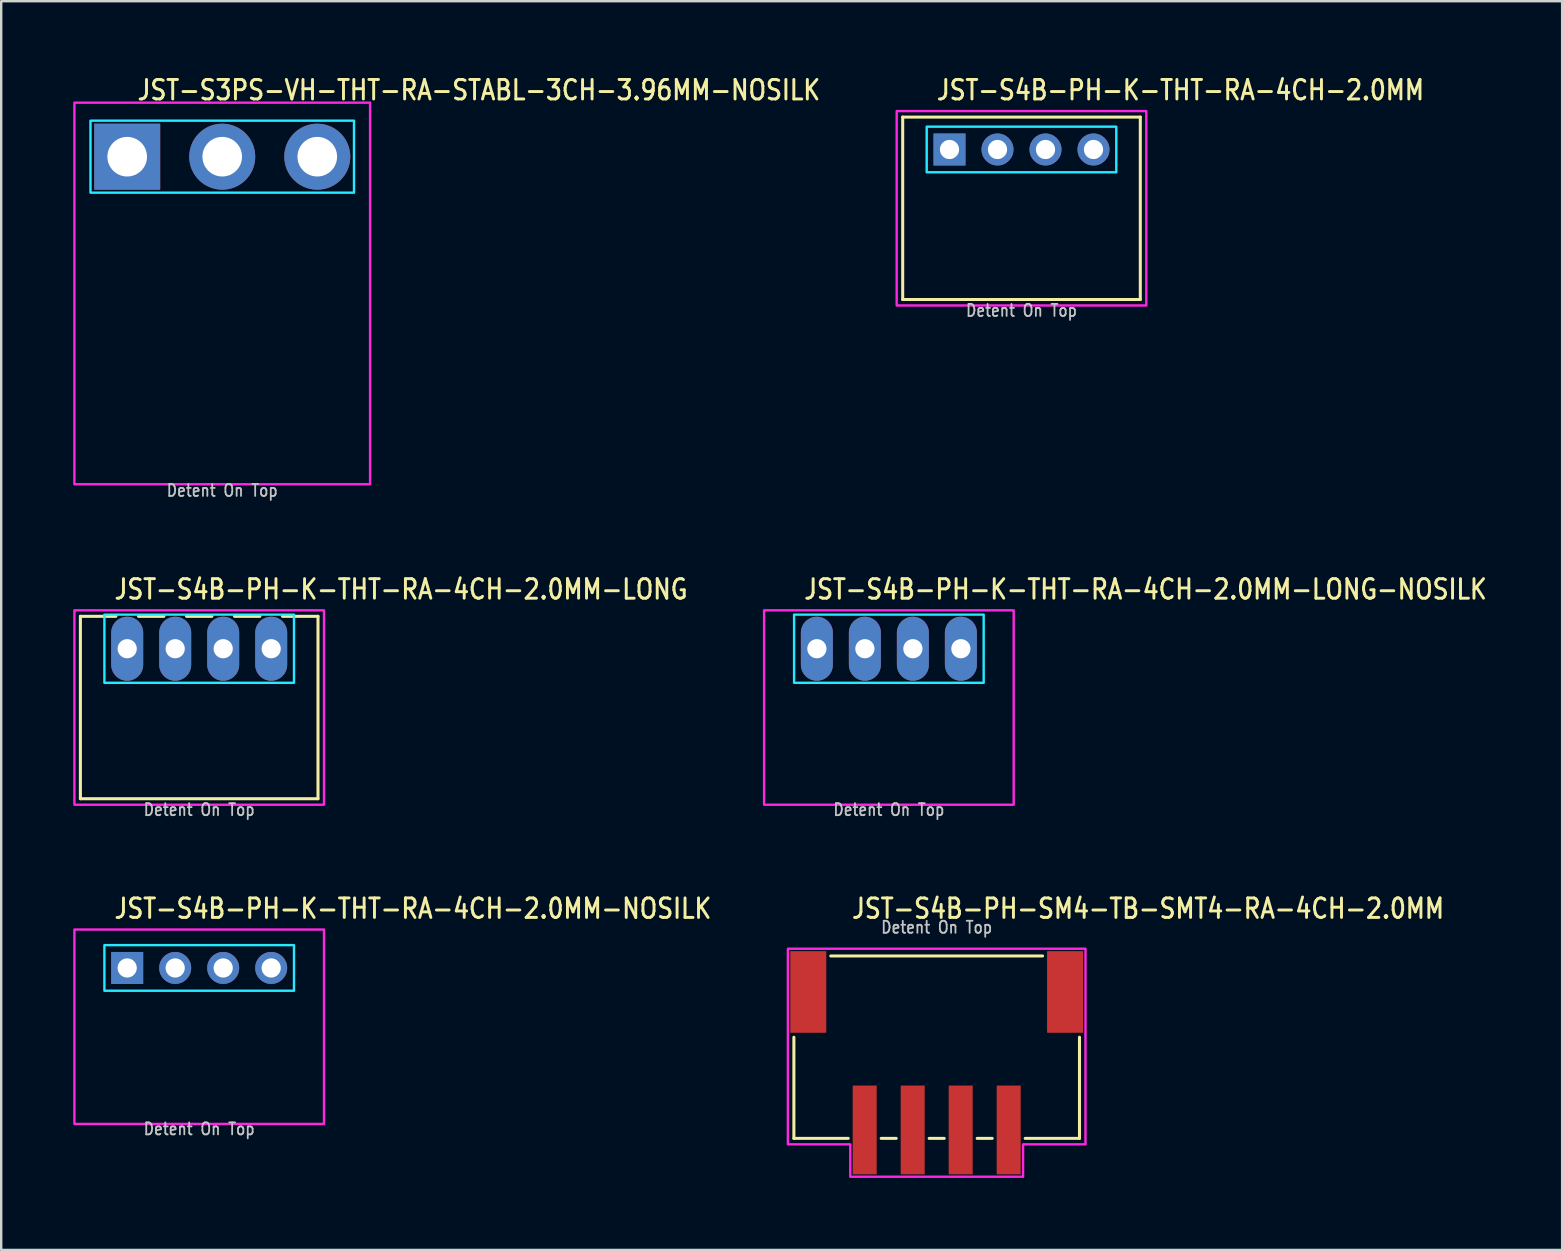
<source format=kicad_pcb>
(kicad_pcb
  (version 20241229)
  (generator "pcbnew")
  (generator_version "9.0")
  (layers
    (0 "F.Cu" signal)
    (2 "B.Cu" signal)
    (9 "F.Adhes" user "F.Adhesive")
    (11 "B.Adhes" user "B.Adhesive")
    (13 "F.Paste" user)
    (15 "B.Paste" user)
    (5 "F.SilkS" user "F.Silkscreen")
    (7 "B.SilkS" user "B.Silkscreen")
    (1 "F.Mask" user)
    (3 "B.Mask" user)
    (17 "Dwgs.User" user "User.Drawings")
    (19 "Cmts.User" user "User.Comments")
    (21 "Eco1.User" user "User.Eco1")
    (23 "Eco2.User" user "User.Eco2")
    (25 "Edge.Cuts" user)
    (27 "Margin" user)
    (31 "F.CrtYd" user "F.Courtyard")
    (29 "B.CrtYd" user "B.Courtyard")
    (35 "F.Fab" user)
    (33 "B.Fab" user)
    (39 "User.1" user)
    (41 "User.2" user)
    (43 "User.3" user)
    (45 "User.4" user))
  (footprint "JST-S4B-PH-K-THT-RA-4CH-2.0MM-LONG-NOSILK"
    (layer "F.Cu")
    (at 33.987 23.98)
    (property "Reference" "JST-S4B-PH-K-THT-RA-4CH-2.0MM-LONG-NOSILK" (at -3.6 -2 0) (unlocked yes) (layer "F.SilkS") (effects (font (size 0.813 0.695) (thickness 0.122)) (justify left bottom)))
    (fp_poly (pts (xy -3.95 -1.42) (xy -3.95 1.42) (xy 3.95 1.42) (xy 3.95 -1.42)) (stroke (width 0.1) (type solid)) (fill no) (layer "B.CrtYd"))
    (fp_poly (pts (xy -5.2 -1.6) (xy -5.2 6.5) (xy 5.2 6.5) (xy 5.2 -1.6)) (stroke (width 0.1) (type solid)) (fill no) (layer "F.CrtYd"))
    (fp_text user "Detent On Top" (at 0 7 0) (unlocked yes) (layer "Dwgs.User") (effects (font (size 0.5 0.427) (thickness 0.075)) (justify bottom)))
    (pad "1" thru_hole oval (at -3 0 90) (size 2.667 1.333) (drill 0.8) (layers "*.Cu" "*.Mask"))
    (pad "2" thru_hole oval (at -1 0 90) (size 2.667 1.333) (drill 0.8) (layers "*.Cu" "*.Mask"))
    (pad "3" thru_hole oval (at 1 0 90) (size 2.667 1.333) (drill 0.8) (layers "*.Cu" "*.Mask"))
    (pad "4" thru_hole oval (at 3 0 90) (size 2.667 1.333) (drill 0.8) (layers "*.Cu" "*.Mask")))
  (footprint "JST-S4B-PH-K-THT-RA-4CH-2.0MM-LONG"
    (layer "F.Cu")
    (at 5.25 23.98)
    (property "Reference" "JST-S4B-PH-K-THT-RA-4CH-2.0MM-LONG" (at -3.6 -2 0) (unlocked yes) (layer "F.SilkS") (effects (font (size 0.813 0.695) (thickness 0.122)) (justify left bottom)))
    (fp_line (start -4.95 -1.35) (end -3.471 -1.35) (stroke (width 0.127) (type solid)) (layer "F.SilkS"))
    (fp_line (start -4.95 6.25) (end -4.95 -1.35) (stroke (width 0.127) (type solid)) (layer "F.SilkS"))
    (fp_line (start -4.95 6.25) (end 4.95 6.25) (stroke (width 0.127) (type solid)) (layer "F.SilkS"))
    (fp_line (start -2.529 -1.35) (end -1.471 -1.35) (stroke (width 0.127) (type solid)) (layer "F.SilkS"))
    (fp_line (start -0.529 -1.35) (end 0.529 -1.35) (stroke (width 0.127) (type solid)) (layer "F.SilkS"))
    (fp_line (start 1.471 -1.35) (end 2.529 -1.35) (stroke (width 0.127) (type solid)) (layer "F.SilkS"))
    (fp_line (start 3.471 -1.35) (end 4.95 -1.35) (stroke (width 0.127) (type solid)) (layer "F.SilkS"))
    (fp_line (start 4.95 -1.35) (end 4.95 6.25) (stroke (width 0.127) (type solid)) (layer "F.SilkS"))
    (fp_poly (pts (xy -3.95 -1.42) (xy -3.95 1.42) (xy 3.95 1.42) (xy 3.95 -1.42)) (stroke (width 0.1) (type solid)) (fill no) (layer "B.CrtYd"))
    (fp_poly (pts (xy -5.2 -1.6) (xy -5.2 6.5) (xy 5.2 6.5) (xy 5.2 -1.6)) (stroke (width 0.1) (type solid)) (fill no) (layer "F.CrtYd"))
    (fp_text user "Detent On Top" (at 0 7 0) (unlocked yes) (layer "Dwgs.User") (effects (font (size 0.5 0.427) (thickness 0.075)) (justify bottom)))
    (pad "1" thru_hole oval (at -3 0 90) (size 2.667 1.333) (drill 0.8) (layers "*.Cu" "*.Mask"))
    (pad "2" thru_hole oval (at -1 0 90) (size 2.667 1.333) (drill 0.8) (layers "*.Cu" "*.Mask"))
    (pad "3" thru_hole oval (at 1 0 90) (size 2.667 1.333) (drill 0.8) (layers "*.Cu" "*.Mask"))
    (pad "4" thru_hole oval (at 3 0 90) (size 2.667 1.333) (drill 0.8) (layers "*.Cu" "*.Mask")))
  (footprint "JST-S4B-PH-SM4-TB-SMT4-RA-4CH-2.0MM"
    (layer "F.Cu")
    (at 35.979 38.282)
    (property "Reference" "JST-S4B-PH-SM4-TB-SMT4-RA-4CH-2.0MM" (at -3.6 -3 0) (unlocked yes) (layer "F.SilkS") (effects (font (size 0.813 0.695) (thickness 0.122)) (justify left bottom)))
    (fp_line (start -5.95 6.1) (end -5.95 1.887) (stroke (width 0.127) (type solid)) (layer "F.SilkS"))
    (fp_line (start -5.95 6.1) (end -3.687 6.1) (stroke (width 0.127) (type solid)) (layer "F.SilkS"))
    (fp_line (start -4.413 -1.5) (end 4.413 -1.5) (stroke (width 0.127) (type solid)) (layer "F.SilkS"))
    (fp_line (start -2.313 6.1) (end -1.687 6.1) (stroke (width 0.127) (type solid)) (layer "F.SilkS"))
    (fp_line (start -0.314 6.1) (end 0.314 6.1) (stroke (width 0.127) (type solid)) (layer "F.SilkS"))
    (fp_line (start 1.687 6.1) (end 2.313 6.1) (stroke (width 0.127) (type solid)) (layer "F.SilkS"))
    (fp_line (start 3.687 6.1) (end 5.95 6.1) (stroke (width 0.127) (type solid)) (layer "F.SilkS"))
    (fp_line (start 5.95 1.887) (end 5.95 6.1) (stroke (width 0.127) (type solid)) (layer "F.SilkS"))
    (fp_poly (pts (xy -6.2 -1.8) (xy -6.2 6.35) (xy -3.6 6.35) (xy -3.6 7.7) (xy 3.6 7.7) (xy 3.6 6.35) (xy 6.2 6.35) (xy 6.2 -1.8)) (stroke (width 0.1) (type solid)) (fill no) (layer "F.CrtYd"))
    (fp_text user "Detent On Top" (at 0 -2.4 0) (unlocked yes) (layer "Dwgs.User") (effects (font (size 0.5 0.427) (thickness 0.075)) (justify bottom)))
    (pad "1" smd rect (at 3 5.75) (size 1 3.7) (layers "F.Cu" "F.Mask" "F.Paste"))
    (pad "2" smd rect (at 1 5.75) (size 1 3.7) (layers "F.Cu" "F.Mask" "F.Paste"))
    (pad "3" smd rect (at -1 5.75) (size 1 3.7) (layers "F.Cu" "F.Mask" "F.Paste"))
    (pad "4" smd rect (at -3 5.75) (size 1 3.7) (layers "F.Cu" "F.Mask" "F.Paste"))
    (pad "S_1" smd rect (at -5.35 0) (size 1.5 3.4) (layers "F.Cu" "F.Mask" "F.Paste"))
    (pad "S_2" smd rect (at 5.35 0) (size 1.5 3.4) (layers "F.Cu" "F.Mask" "F.Paste")))
  (footprint "JST-S3PS-VH-THT-RA-STABL-3CH-3.96MM-NOSILK"
    (layer "F.Cu")
    (at 6.21 3.479)
    (property "Reference" "JST-S3PS-VH-THT-RA-STABL-3CH-3.96MM-NOSILK" (at -3.6 -2.3 0) (unlocked yes) (layer "F.SilkS") (effects (font (size 0.813 0.695) (thickness 0.122)) (justify left bottom)))
    (fp_poly (pts (xy -5.49 -1.5) (xy -5.49 1.5) (xy 5.49 1.5) (xy 5.49 -1.5)) (stroke (width 0.1) (type solid)) (fill no) (layer "B.CrtYd"))
    (fp_poly (pts (xy -6.16 13.65) (xy 6.16 13.65) (xy 6.16 -2.25) (xy -6.16 -2.25)) (stroke (width 0.1) (type solid)) (fill no) (layer "F.CrtYd"))
    (fp_text user "Detent On Top" (at 0 14.2 0) (unlocked yes) (layer "Dwgs.User") (effects (font (size 0.5 0.427) (thickness 0.075)) (justify bottom)))
    (pad "1" thru_hole rect (at -3.96 0) (size 2.75 2.75) (drill 1.65) (layers "*.Cu" "*.Mask"))
    (pad "2" thru_hole oval (at 0 0) (size 2.75 2.75) (drill 1.65) (layers "*.Cu" "*.Mask"))
    (pad "3" thru_hole oval (at 3.96 0) (size 2.75 2.75) (drill 1.65) (layers "*.Cu" "*.Mask")))
  (footprint "JST-S4B-PH-K-THT-RA-4CH-2.0MM"
    (layer "F.Cu")
    (at 39.513 3.179)
    (property "Reference" "JST-S4B-PH-K-THT-RA-4CH-2.0MM" (at -3.6 -2 0) (unlocked yes) (layer "F.SilkS") (effects (font (size 0.813 0.695) (thickness 0.122)) (justify left bottom)))
    (fp_line (start -4.95 -1.35) (end 4.95 -1.35) (stroke (width 0.127) (type solid)) (layer "F.SilkS"))
    (fp_line (start -4.95 6.25) (end -4.95 -1.35) (stroke (width 0.127) (type solid)) (layer "F.SilkS"))
    (fp_line (start -4.95 6.25) (end 4.95 6.25) (stroke (width 0.127) (type solid)) (layer "F.SilkS"))
    (fp_line (start 4.95 -1.35) (end 4.95 6.25) (stroke (width 0.127) (type solid)) (layer "F.SilkS"))
    (fp_poly (pts (xy -3.95 -0.95) (xy -3.95 0.95) (xy 3.95 0.95) (xy 3.95 -0.95)) (stroke (width 0.1) (type solid)) (fill no) (layer "B.CrtYd"))
    (fp_poly (pts (xy -5.2 -1.6) (xy -5.2 6.5) (xy 5.2 6.5) (xy 5.2 -1.6)) (stroke (width 0.1) (type solid)) (fill no) (layer "F.CrtYd"))
    (fp_text user "Detent On Top" (at 0 7 0) (unlocked yes) (layer "Dwgs.User") (effects (font (size 0.5 0.427) (thickness 0.075)) (justify bottom)))
    (pad "1" thru_hole rect (at -3 0) (size 1.333 1.333) (drill 0.8) (layers "*.Cu" "*.Mask"))
    (pad "2" thru_hole oval (at -1 0) (size 1.333 1.333) (drill 0.8) (layers "*.Cu" "*.Mask"))
    (pad "3" thru_hole oval (at 1 0) (size 1.333 1.333) (drill 0.8) (layers "*.Cu" "*.Mask"))
    (pad "4" thru_hole oval (at 3 0) (size 1.333 1.333) (drill 0.8) (layers "*.Cu" "*.Mask")))
  (footprint "JST-S4B-PH-K-THT-RA-4CH-2.0MM-NOSILK"
    (layer "F.Cu")
    (at 5.25 37.282)
    (property "Reference" "JST-S4B-PH-K-THT-RA-4CH-2.0MM-NOSILK" (at -3.6 -2 0) (unlocked yes) (layer "F.SilkS") (effects (font (size 0.813 0.695) (thickness 0.122)) (justify left bottom)))
    (fp_poly (pts (xy -3.95 -0.95) (xy -3.95 0.95) (xy 3.95 0.95) (xy 3.95 -0.95)) (stroke (width 0.1) (type solid)) (fill no) (layer "B.CrtYd"))
    (fp_poly (pts (xy -5.2 -1.6) (xy -5.2 6.5) (xy 5.2 6.5) (xy 5.2 -1.6)) (stroke (width 0.1) (type solid)) (fill no) (layer "F.CrtYd"))
    (fp_text user "Detent On Top" (at 0 7 0) (unlocked yes) (layer "Dwgs.User") (effects (font (size 0.5 0.427) (thickness 0.075)) (justify bottom)))
    (pad "1" thru_hole rect (at -3 0) (size 1.333 1.333) (drill 0.8) (layers "*.Cu" "*.Mask"))
    (pad "2" thru_hole oval (at -1 0) (size 1.333 1.333) (drill 0.8) (layers "*.Cu" "*.Mask"))
    (pad "3" thru_hole oval (at 1 0) (size 1.333 1.333) (drill 0.8) (layers "*.Cu" "*.Mask"))
    (pad "4" thru_hole oval (at 3 0) (size 1.333 1.333) (drill 0.8) (layers "*.Cu" "*.Mask")))
  (gr_rect
    (start -3 -3)
    (end 62.04 49.032)
    (stroke (width 0.1) (type default))
    (fill no)
    (layer "Edge.Cuts")))
</source>
